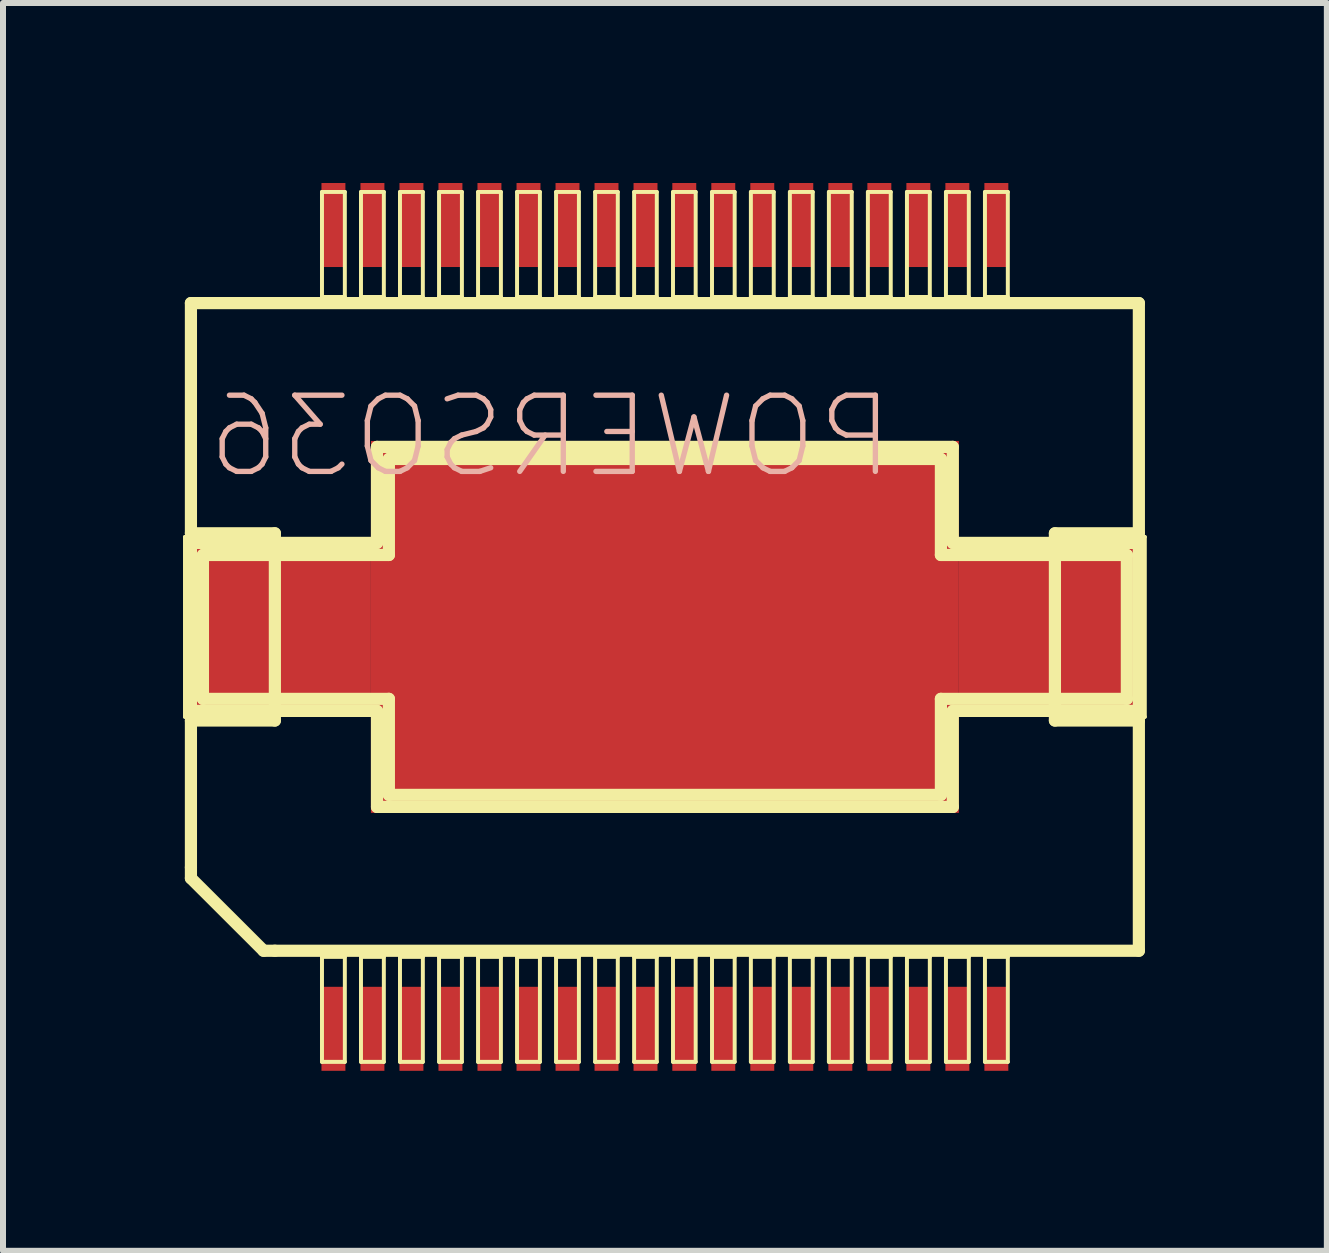
<source format=kicad_pcb>
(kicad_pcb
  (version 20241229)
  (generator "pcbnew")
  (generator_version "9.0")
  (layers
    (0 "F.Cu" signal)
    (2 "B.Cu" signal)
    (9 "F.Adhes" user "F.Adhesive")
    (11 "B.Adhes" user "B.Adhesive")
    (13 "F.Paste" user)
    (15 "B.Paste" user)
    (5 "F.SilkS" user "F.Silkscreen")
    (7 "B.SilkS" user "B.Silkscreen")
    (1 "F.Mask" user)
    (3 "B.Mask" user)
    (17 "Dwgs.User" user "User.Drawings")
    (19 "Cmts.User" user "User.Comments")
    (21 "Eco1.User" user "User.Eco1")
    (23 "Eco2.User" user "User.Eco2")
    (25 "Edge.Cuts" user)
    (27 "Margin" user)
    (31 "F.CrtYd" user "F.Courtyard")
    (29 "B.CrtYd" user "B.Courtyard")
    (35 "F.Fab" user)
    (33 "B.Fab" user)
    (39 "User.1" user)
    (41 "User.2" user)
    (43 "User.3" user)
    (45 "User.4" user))
  (footprint "POWERSO36"
    (layer "F.Cu")
    (at 8.031 7.398)
    (property "Reference" "POWERSO36" (at -1.905 -3.175 0) (layer "B.SilkS") (effects (font (size 1.27 1.27) (thickness 0.089)) (justify mirror)))
    (attr smd)
    (fp_line (start -7.998 -1.499) (end -6.5 -1.499) (stroke (width 0.066) (type solid)) (layer "F.SilkS"))
    (fp_line (start -7.998 1.499) (end -7.998 -1.499) (stroke (width 0.066) (type solid)) (layer "F.SilkS"))
    (fp_line (start -7.998 1.499) (end -6.5 1.499) (stroke (width 0.066) (type solid)) (layer "F.SilkS"))
    (fp_line (start -7.899 -5.397) (end 7.899 -5.397) (stroke (width 0.203) (type solid)) (layer "F.SilkS"))
    (fp_line (start -7.899 -1.56) (end -7.899 -5.397) (stroke (width 0.203) (type solid)) (layer "F.SilkS"))
    (fp_line (start -7.899 -1.4) (end -4.798 -1.4) (stroke (width 0.203) (type solid)) (layer "F.SilkS"))
    (fp_line (start -7.899 1.4) (end -7.899 -1.4) (stroke (width 0.203) (type solid)) (layer "F.SilkS"))
    (fp_line (start -7.899 1.56) (end -6.5 1.56) (stroke (width 0.203) (type solid)) (layer "F.SilkS"))
    (fp_line (start -7.899 4.008) (end -7.899 1.56) (stroke (width 0.203) (type solid)) (layer "F.SilkS"))
    (fp_line (start -7.899 4.188) (end -7.899 4.008) (stroke (width 0.203) (type solid)) (layer "F.SilkS"))
    (fp_line (start -7.699 -1.199) (end -4.6 -1.199) (stroke (width 0.203) (type solid)) (layer "F.SilkS"))
    (fp_line (start -7.699 1.199) (end -7.699 -1.199) (stroke (width 0.203) (type solid)) (layer "F.SilkS"))
    (fp_line (start -6.688 5.397) (end -7.899 4.188) (stroke (width 0.203) (type solid)) (layer "F.SilkS"))
    (fp_line (start -6.5 -1.56) (end -7.899 -1.56) (stroke (width 0.203) (type solid)) (layer "F.SilkS"))
    (fp_line (start -6.5 1.499) (end -6.5 -1.499) (stroke (width 0.066) (type solid)) (layer "F.SilkS"))
    (fp_line (start -6.5 1.56) (end -6.5 -1.56) (stroke (width 0.203) (type solid)) (layer "F.SilkS"))
    (fp_line (start -6.5 5.397) (end -6.688 5.397) (stroke (width 0.203) (type solid)) (layer "F.SilkS"))
    (fp_line (start -5.715 -7.249) (end -5.334 -7.249) (stroke (width 0.066) (type solid)) (layer "F.SilkS"))
    (fp_line (start -5.715 -5.499) (end -5.715 -7.249) (stroke (width 0.066) (type solid)) (layer "F.SilkS"))
    (fp_line (start -5.715 -5.499) (end -5.334 -5.499) (stroke (width 0.066) (type solid)) (layer "F.SilkS"))
    (fp_line (start -5.715 5.499) (end -5.334 5.499) (stroke (width 0.066) (type solid)) (layer "F.SilkS"))
    (fp_line (start -5.715 7.249) (end -5.715 5.499) (stroke (width 0.066) (type solid)) (layer "F.SilkS"))
    (fp_line (start -5.715 7.249) (end -5.334 7.249) (stroke (width 0.066) (type solid)) (layer "F.SilkS"))
    (fp_line (start -5.334 -5.499) (end -5.334 -7.249) (stroke (width 0.066) (type solid)) (layer "F.SilkS"))
    (fp_line (start -5.334 7.249) (end -5.334 5.499) (stroke (width 0.066) (type solid)) (layer "F.SilkS"))
    (fp_line (start -5.065 -7.249) (end -4.684 -7.249) (stroke (width 0.066) (type solid)) (layer "F.SilkS"))
    (fp_line (start -5.065 -5.499) (end -5.065 -7.249) (stroke (width 0.066) (type solid)) (layer "F.SilkS"))
    (fp_line (start -5.065 -5.499) (end -4.684 -5.499) (stroke (width 0.066) (type solid)) (layer "F.SilkS"))
    (fp_line (start -5.065 5.499) (end -4.684 5.499) (stroke (width 0.066) (type solid)) (layer "F.SilkS"))
    (fp_line (start -5.065 7.249) (end -5.065 5.499) (stroke (width 0.066) (type solid)) (layer "F.SilkS"))
    (fp_line (start -5.065 7.249) (end -4.684 7.249) (stroke (width 0.066) (type solid)) (layer "F.SilkS"))
    (fp_line (start -4.9 1.4) (end -7.899 1.4) (stroke (width 0.203) (type solid)) (layer "F.SilkS"))
    (fp_line (start -4.798 -3) (end 4.798 -3) (stroke (width 0.203) (type solid)) (layer "F.SilkS"))
    (fp_line (start -4.798 -1.4) (end -4.798 -3) (stroke (width 0.203) (type solid)) (layer "F.SilkS"))
    (fp_line (start -4.798 1.4) (end -4.9 1.4) (stroke (width 0.203) (type solid)) (layer "F.SilkS"))
    (fp_line (start -4.798 3) (end -4.798 1.4) (stroke (width 0.203) (type solid)) (layer "F.SilkS"))
    (fp_line (start -4.684 -5.499) (end -4.684 -7.249) (stroke (width 0.066) (type solid)) (layer "F.SilkS"))
    (fp_line (start -4.684 7.249) (end -4.684 5.499) (stroke (width 0.066) (type solid)) (layer "F.SilkS"))
    (fp_line (start -4.6 -2.799) (end 4.6 -2.799) (stroke (width 0.203) (type solid)) (layer "F.SilkS"))
    (fp_line (start -4.6 -1.199) (end -4.6 -2.799) (stroke (width 0.203) (type solid)) (layer "F.SilkS"))
    (fp_line (start -4.6 1.199) (end -7.699 1.199) (stroke (width 0.203) (type solid)) (layer "F.SilkS"))
    (fp_line (start -4.6 2.799) (end -4.6 1.199) (stroke (width 0.203) (type solid)) (layer "F.SilkS"))
    (fp_line (start -4.415 -7.249) (end -4.034 -7.249) (stroke (width 0.066) (type solid)) (layer "F.SilkS"))
    (fp_line (start -4.415 -5.499) (end -4.415 -7.249) (stroke (width 0.066) (type solid)) (layer "F.SilkS"))
    (fp_line (start -4.415 -5.499) (end -4.034 -5.499) (stroke (width 0.066) (type solid)) (layer "F.SilkS"))
    (fp_line (start -4.415 5.499) (end -4.034 5.499) (stroke (width 0.066) (type solid)) (layer "F.SilkS"))
    (fp_line (start -4.415 7.249) (end -4.415 5.499) (stroke (width 0.066) (type solid)) (layer "F.SilkS"))
    (fp_line (start -4.415 7.249) (end -4.034 7.249) (stroke (width 0.066) (type solid)) (layer "F.SilkS"))
    (fp_line (start -4.034 -5.499) (end -4.034 -7.249) (stroke (width 0.066) (type solid)) (layer "F.SilkS"))
    (fp_line (start -4.034 7.249) (end -4.034 5.499) (stroke (width 0.066) (type solid)) (layer "F.SilkS"))
    (fp_line (start -3.764 -7.249) (end -3.383 -7.249) (stroke (width 0.066) (type solid)) (layer "F.SilkS"))
    (fp_line (start -3.764 -5.499) (end -3.764 -7.249) (stroke (width 0.066) (type solid)) (layer "F.SilkS"))
    (fp_line (start -3.764 -5.499) (end -3.383 -5.499) (stroke (width 0.066) (type solid)) (layer "F.SilkS"))
    (fp_line (start -3.764 5.499) (end -3.383 5.499) (stroke (width 0.066) (type solid)) (layer "F.SilkS"))
    (fp_line (start -3.764 7.249) (end -3.764 5.499) (stroke (width 0.066) (type solid)) (layer "F.SilkS"))
    (fp_line (start -3.764 7.249) (end -3.383 7.249) (stroke (width 0.066) (type solid)) (layer "F.SilkS"))
    (fp_line (start -3.383 -5.499) (end -3.383 -7.249) (stroke (width 0.066) (type solid)) (layer "F.SilkS"))
    (fp_line (start -3.383 7.249) (end -3.383 5.499) (stroke (width 0.066) (type solid)) (layer "F.SilkS"))
    (fp_line (start -3.114 -7.249) (end -2.733 -7.249) (stroke (width 0.066) (type solid)) (layer "F.SilkS"))
    (fp_line (start -3.114 -5.499) (end -3.114 -7.249) (stroke (width 0.066) (type solid)) (layer "F.SilkS"))
    (fp_line (start -3.114 -5.499) (end -2.733 -5.499) (stroke (width 0.066) (type solid)) (layer "F.SilkS"))
    (fp_line (start -3.114 5.499) (end -2.733 5.499) (stroke (width 0.066) (type solid)) (layer "F.SilkS"))
    (fp_line (start -3.114 7.249) (end -3.114 5.499) (stroke (width 0.066) (type solid)) (layer "F.SilkS"))
    (fp_line (start -3.114 7.249) (end -2.733 7.249) (stroke (width 0.066) (type solid)) (layer "F.SilkS"))
    (fp_line (start -2.733 -5.499) (end -2.733 -7.249) (stroke (width 0.066) (type solid)) (layer "F.SilkS"))
    (fp_line (start -2.733 7.249) (end -2.733 5.499) (stroke (width 0.066) (type solid)) (layer "F.SilkS"))
    (fp_line (start -2.464 -7.249) (end -2.083 -7.249) (stroke (width 0.066) (type solid)) (layer "F.SilkS"))
    (fp_line (start -2.464 -5.499) (end -2.464 -7.249) (stroke (width 0.066) (type solid)) (layer "F.SilkS"))
    (fp_line (start -2.464 -5.499) (end -2.083 -5.499) (stroke (width 0.066) (type solid)) (layer "F.SilkS"))
    (fp_line (start -2.464 5.499) (end -2.083 5.499) (stroke (width 0.066) (type solid)) (layer "F.SilkS"))
    (fp_line (start -2.464 7.249) (end -2.464 5.499) (stroke (width 0.066) (type solid)) (layer "F.SilkS"))
    (fp_line (start -2.464 7.249) (end -2.083 7.249) (stroke (width 0.066) (type solid)) (layer "F.SilkS"))
    (fp_line (start -2.083 -5.499) (end -2.083 -7.249) (stroke (width 0.066) (type solid)) (layer "F.SilkS"))
    (fp_line (start -2.083 7.249) (end -2.083 5.499) (stroke (width 0.066) (type solid)) (layer "F.SilkS"))
    (fp_line (start -1.814 -7.249) (end -1.433 -7.249) (stroke (width 0.066) (type solid)) (layer "F.SilkS"))
    (fp_line (start -1.814 -5.499) (end -1.814 -7.249) (stroke (width 0.066) (type solid)) (layer "F.SilkS"))
    (fp_line (start -1.814 -5.499) (end -1.433 -5.499) (stroke (width 0.066) (type solid)) (layer "F.SilkS"))
    (fp_line (start -1.814 5.499) (end -1.433 5.499) (stroke (width 0.066) (type solid)) (layer "F.SilkS"))
    (fp_line (start -1.814 7.249) (end -1.814 5.499) (stroke (width 0.066) (type solid)) (layer "F.SilkS"))
    (fp_line (start -1.814 7.249) (end -1.433 7.249) (stroke (width 0.066) (type solid)) (layer "F.SilkS"))
    (fp_line (start -1.433 -5.499) (end -1.433 -7.249) (stroke (width 0.066) (type solid)) (layer "F.SilkS"))
    (fp_line (start -1.433 7.249) (end -1.433 5.499) (stroke (width 0.066) (type solid)) (layer "F.SilkS"))
    (fp_line (start -1.163 -7.249) (end -0.785 -7.249) (stroke (width 0.066) (type solid)) (layer "F.SilkS"))
    (fp_line (start -1.163 -5.499) (end -1.163 -7.249) (stroke (width 0.066) (type solid)) (layer "F.SilkS"))
    (fp_line (start -1.163 -5.499) (end -0.785 -5.499) (stroke (width 0.066) (type solid)) (layer "F.SilkS"))
    (fp_line (start -1.163 5.499) (end -0.785 5.499) (stroke (width 0.066) (type solid)) (layer "F.SilkS"))
    (fp_line (start -1.163 7.249) (end -1.163 5.499) (stroke (width 0.066) (type solid)) (layer "F.SilkS"))
    (fp_line (start -1.163 7.249) (end -0.785 7.249) (stroke (width 0.066) (type solid)) (layer "F.SilkS"))
    (fp_line (start -0.785 -5.499) (end -0.785 -7.249) (stroke (width 0.066) (type solid)) (layer "F.SilkS"))
    (fp_line (start -0.785 7.249) (end -0.785 5.499) (stroke (width 0.066) (type solid)) (layer "F.SilkS"))
    (fp_line (start -0.513 -7.249) (end -0.135 -7.249) (stroke (width 0.066) (type solid)) (layer "F.SilkS"))
    (fp_line (start -0.513 -5.499) (end -0.513 -7.249) (stroke (width 0.066) (type solid)) (layer "F.SilkS"))
    (fp_line (start -0.513 -5.499) (end -0.135 -5.499) (stroke (width 0.066) (type solid)) (layer "F.SilkS"))
    (fp_line (start -0.513 5.499) (end -0.135 5.499) (stroke (width 0.066) (type solid)) (layer "F.SilkS"))
    (fp_line (start -0.513 7.249) (end -0.513 5.499) (stroke (width 0.066) (type solid)) (layer "F.SilkS"))
    (fp_line (start -0.513 7.249) (end -0.135 7.249) (stroke (width 0.066) (type solid)) (layer "F.SilkS"))
    (fp_line (start -0.135 -5.499) (end -0.135 -7.249) (stroke (width 0.066) (type solid)) (layer "F.SilkS"))
    (fp_line (start -0.135 7.249) (end -0.135 5.499) (stroke (width 0.066) (type solid)) (layer "F.SilkS"))
    (fp_line (start 0.135 -7.249) (end 0.513 -7.249) (stroke (width 0.066) (type solid)) (layer "F.SilkS"))
    (fp_line (start 0.135 -5.499) (end 0.135 -7.249) (stroke (width 0.066) (type solid)) (layer "F.SilkS"))
    (fp_line (start 0.135 -5.499) (end 0.513 -5.499) (stroke (width 0.066) (type solid)) (layer "F.SilkS"))
    (fp_line (start 0.135 5.499) (end 0.513 5.499) (stroke (width 0.066) (type solid)) (layer "F.SilkS"))
    (fp_line (start 0.135 7.249) (end 0.135 5.499) (stroke (width 0.066) (type solid)) (layer "F.SilkS"))
    (fp_line (start 0.135 7.249) (end 0.513 7.249) (stroke (width 0.066) (type solid)) (layer "F.SilkS"))
    (fp_line (start 0.513 -5.499) (end 0.513 -7.249) (stroke (width 0.066) (type solid)) (layer "F.SilkS"))
    (fp_line (start 0.513 7.249) (end 0.513 5.499) (stroke (width 0.066) (type solid)) (layer "F.SilkS"))
    (fp_line (start 0.785 -7.249) (end 1.163 -7.249) (stroke (width 0.066) (type solid)) (layer "F.SilkS"))
    (fp_line (start 0.785 -5.499) (end 0.785 -7.249) (stroke (width 0.066) (type solid)) (layer "F.SilkS"))
    (fp_line (start 0.785 -5.499) (end 1.163 -5.499) (stroke (width 0.066) (type solid)) (layer "F.SilkS"))
    (fp_line (start 0.785 5.499) (end 1.163 5.499) (stroke (width 0.066) (type solid)) (layer "F.SilkS"))
    (fp_line (start 0.785 7.249) (end 0.785 5.499) (stroke (width 0.066) (type solid)) (layer "F.SilkS"))
    (fp_line (start 0.785 7.249) (end 1.163 7.249) (stroke (width 0.066) (type solid)) (layer "F.SilkS"))
    (fp_line (start 1.163 -5.499) (end 1.163 -7.249) (stroke (width 0.066) (type solid)) (layer "F.SilkS"))
    (fp_line (start 1.163 7.249) (end 1.163 5.499) (stroke (width 0.066) (type solid)) (layer "F.SilkS"))
    (fp_line (start 1.433 -7.249) (end 1.814 -7.249) (stroke (width 0.066) (type solid)) (layer "F.SilkS"))
    (fp_line (start 1.433 -5.499) (end 1.433 -7.249) (stroke (width 0.066) (type solid)) (layer "F.SilkS"))
    (fp_line (start 1.433 -5.499) (end 1.814 -5.499) (stroke (width 0.066) (type solid)) (layer "F.SilkS"))
    (fp_line (start 1.433 5.499) (end 1.814 5.499) (stroke (width 0.066) (type solid)) (layer "F.SilkS"))
    (fp_line (start 1.433 7.249) (end 1.433 5.499) (stroke (width 0.066) (type solid)) (layer "F.SilkS"))
    (fp_line (start 1.433 7.249) (end 1.814 7.249) (stroke (width 0.066) (type solid)) (layer "F.SilkS"))
    (fp_line (start 1.814 -5.499) (end 1.814 -7.249) (stroke (width 0.066) (type solid)) (layer "F.SilkS"))
    (fp_line (start 1.814 7.249) (end 1.814 5.499) (stroke (width 0.066) (type solid)) (layer "F.SilkS"))
    (fp_line (start 2.083 -7.249) (end 2.464 -7.249) (stroke (width 0.066) (type solid)) (layer "F.SilkS"))
    (fp_line (start 2.083 -5.499) (end 2.083 -7.249) (stroke (width 0.066) (type solid)) (layer "F.SilkS"))
    (fp_line (start 2.083 -5.499) (end 2.464 -5.499) (stroke (width 0.066) (type solid)) (layer "F.SilkS"))
    (fp_line (start 2.083 5.499) (end 2.464 5.499) (stroke (width 0.066) (type solid)) (layer "F.SilkS"))
    (fp_line (start 2.083 7.249) (end 2.083 5.499) (stroke (width 0.066) (type solid)) (layer "F.SilkS"))
    (fp_line (start 2.083 7.249) (end 2.464 7.249) (stroke (width 0.066) (type solid)) (layer "F.SilkS"))
    (fp_line (start 2.464 -5.499) (end 2.464 -7.249) (stroke (width 0.066) (type solid)) (layer "F.SilkS"))
    (fp_line (start 2.464 7.249) (end 2.464 5.499) (stroke (width 0.066) (type solid)) (layer "F.SilkS"))
    (fp_line (start 2.733 -7.249) (end 3.114 -7.249) (stroke (width 0.066) (type solid)) (layer "F.SilkS"))
    (fp_line (start 2.733 -5.499) (end 2.733 -7.249) (stroke (width 0.066) (type solid)) (layer "F.SilkS"))
    (fp_line (start 2.733 -5.499) (end 3.114 -5.499) (stroke (width 0.066) (type solid)) (layer "F.SilkS"))
    (fp_line (start 2.733 5.499) (end 3.114 5.499) (stroke (width 0.066) (type solid)) (layer "F.SilkS"))
    (fp_line (start 2.733 7.249) (end 2.733 5.499) (stroke (width 0.066) (type solid)) (layer "F.SilkS"))
    (fp_line (start 2.733 7.249) (end 3.114 7.249) (stroke (width 0.066) (type solid)) (layer "F.SilkS"))
    (fp_line (start 3.114 -5.499) (end 3.114 -7.249) (stroke (width 0.066) (type solid)) (layer "F.SilkS"))
    (fp_line (start 3.114 7.249) (end 3.114 5.499) (stroke (width 0.066) (type solid)) (layer "F.SilkS"))
    (fp_line (start 3.383 -7.249) (end 3.764 -7.249) (stroke (width 0.066) (type solid)) (layer "F.SilkS"))
    (fp_line (start 3.383 -5.499) (end 3.383 -7.249) (stroke (width 0.066) (type solid)) (layer "F.SilkS"))
    (fp_line (start 3.383 -5.499) (end 3.764 -5.499) (stroke (width 0.066) (type solid)) (layer "F.SilkS"))
    (fp_line (start 3.383 5.499) (end 3.764 5.499) (stroke (width 0.066) (type solid)) (layer "F.SilkS"))
    (fp_line (start 3.383 7.249) (end 3.383 5.499) (stroke (width 0.066) (type solid)) (layer "F.SilkS"))
    (fp_line (start 3.383 7.249) (end 3.764 7.249) (stroke (width 0.066) (type solid)) (layer "F.SilkS"))
    (fp_line (start 3.764 -5.499) (end 3.764 -7.249) (stroke (width 0.066) (type solid)) (layer "F.SilkS"))
    (fp_line (start 3.764 7.249) (end 3.764 5.499) (stroke (width 0.066) (type solid)) (layer "F.SilkS"))
    (fp_line (start 4.034 -7.249) (end 4.415 -7.249) (stroke (width 0.066) (type solid)) (layer "F.SilkS"))
    (fp_line (start 4.034 -5.499) (end 4.034 -7.249) (stroke (width 0.066) (type solid)) (layer "F.SilkS"))
    (fp_line (start 4.034 -5.499) (end 4.415 -5.499) (stroke (width 0.066) (type solid)) (layer "F.SilkS"))
    (fp_line (start 4.034 5.499) (end 4.415 5.499) (stroke (width 0.066) (type solid)) (layer "F.SilkS"))
    (fp_line (start 4.034 7.249) (end 4.034 5.499) (stroke (width 0.066) (type solid)) (layer "F.SilkS"))
    (fp_line (start 4.034 7.249) (end 4.415 7.249) (stroke (width 0.066) (type solid)) (layer "F.SilkS"))
    (fp_line (start 4.415 -5.499) (end 4.415 -7.249) (stroke (width 0.066) (type solid)) (layer "F.SilkS"))
    (fp_line (start 4.415 7.249) (end 4.415 5.499) (stroke (width 0.066) (type solid)) (layer "F.SilkS"))
    (fp_line (start 4.6 -2.799) (end 4.6 -1.199) (stroke (width 0.203) (type solid)) (layer "F.SilkS"))
    (fp_line (start 4.6 -1.199) (end 7.699 -1.199) (stroke (width 0.203) (type solid)) (layer "F.SilkS"))
    (fp_line (start 4.6 1.199) (end 4.6 2.799) (stroke (width 0.203) (type solid)) (layer "F.SilkS"))
    (fp_line (start 4.6 2.799) (end -4.6 2.799) (stroke (width 0.203) (type solid)) (layer "F.SilkS"))
    (fp_line (start 4.684 -7.249) (end 5.065 -7.249) (stroke (width 0.066) (type solid)) (layer "F.SilkS"))
    (fp_line (start 4.684 -5.499) (end 4.684 -7.249) (stroke (width 0.066) (type solid)) (layer "F.SilkS"))
    (fp_line (start 4.684 -5.499) (end 5.065 -5.499) (stroke (width 0.066) (type solid)) (layer "F.SilkS"))
    (fp_line (start 4.684 5.499) (end 5.065 5.499) (stroke (width 0.066) (type solid)) (layer "F.SilkS"))
    (fp_line (start 4.684 7.249) (end 4.684 5.499) (stroke (width 0.066) (type solid)) (layer "F.SilkS"))
    (fp_line (start 4.684 7.249) (end 5.065 7.249) (stroke (width 0.066) (type solid)) (layer "F.SilkS"))
    (fp_line (start 4.798 -3) (end 4.798 -1.4) (stroke (width 0.203) (type solid)) (layer "F.SilkS"))
    (fp_line (start 4.798 -1.4) (end 7.899 -1.4) (stroke (width 0.203) (type solid)) (layer "F.SilkS"))
    (fp_line (start 4.798 1.4) (end 4.798 3) (stroke (width 0.203) (type solid)) (layer "F.SilkS"))
    (fp_line (start 4.798 3) (end -4.798 3) (stroke (width 0.203) (type solid)) (layer "F.SilkS"))
    (fp_line (start 5.065 -5.499) (end 5.065 -7.249) (stroke (width 0.066) (type solid)) (layer "F.SilkS"))
    (fp_line (start 5.065 7.249) (end 5.065 5.499) (stroke (width 0.066) (type solid)) (layer "F.SilkS"))
    (fp_line (start 5.334 -7.249) (end 5.715 -7.249) (stroke (width 0.066) (type solid)) (layer "F.SilkS"))
    (fp_line (start 5.334 -5.499) (end 5.334 -7.249) (stroke (width 0.066) (type solid)) (layer "F.SilkS"))
    (fp_line (start 5.334 -5.499) (end 5.715 -5.499) (stroke (width 0.066) (type solid)) (layer "F.SilkS"))
    (fp_line (start 5.334 5.499) (end 5.715 5.499) (stroke (width 0.066) (type solid)) (layer "F.SilkS"))
    (fp_line (start 5.334 7.249) (end 5.334 5.499) (stroke (width 0.066) (type solid)) (layer "F.SilkS"))
    (fp_line (start 5.334 7.249) (end 5.715 7.249) (stroke (width 0.066) (type solid)) (layer "F.SilkS"))
    (fp_line (start 5.715 -5.499) (end 5.715 -7.249) (stroke (width 0.066) (type solid)) (layer "F.SilkS"))
    (fp_line (start 5.715 7.249) (end 5.715 5.499) (stroke (width 0.066) (type solid)) (layer "F.SilkS"))
    (fp_line (start 6.5 -1.56) (end 6.5 1.56) (stroke (width 0.203) (type solid)) (layer "F.SilkS"))
    (fp_line (start 6.5 -1.499) (end 7.998 -1.499) (stroke (width 0.066) (type solid)) (layer "F.SilkS"))
    (fp_line (start 6.5 1.499) (end 6.5 -1.499) (stroke (width 0.066) (type solid)) (layer "F.SilkS"))
    (fp_line (start 6.5 1.499) (end 7.998 1.499) (stroke (width 0.066) (type solid)) (layer "F.SilkS"))
    (fp_line (start 6.5 1.56) (end 7.899 1.56) (stroke (width 0.203) (type solid)) (layer "F.SilkS"))
    (fp_line (start 7.699 -1.199) (end 7.699 1.199) (stroke (width 0.203) (type solid)) (layer "F.SilkS"))
    (fp_line (start 7.699 1.199) (end 4.6 1.199) (stroke (width 0.203) (type solid)) (layer "F.SilkS"))
    (fp_line (start 7.899 -5.397) (end 7.899 -1.56) (stroke (width 0.203) (type solid)) (layer "F.SilkS"))
    (fp_line (start 7.899 -1.56) (end 6.5 -1.56) (stroke (width 0.203) (type solid)) (layer "F.SilkS"))
    (fp_line (start 7.899 -1.4) (end 7.899 1.4) (stroke (width 0.203) (type solid)) (layer "F.SilkS"))
    (fp_line (start 7.899 1.4) (end 4.798 1.4) (stroke (width 0.203) (type solid)) (layer "F.SilkS"))
    (fp_line (start 7.899 1.56) (end 7.899 5.397) (stroke (width 0.203) (type solid)) (layer "F.SilkS"))
    (fp_line (start 7.899 5.397) (end -6.5 5.397) (stroke (width 0.203) (type solid)) (layer "F.SilkS"))
    (fp_line (start 7.998 1.499) (end 7.998 -1.499) (stroke (width 0.066) (type solid)) (layer "F.SilkS"))
    (pad "1" smd rect (at -5.524 6.698) (size 0.399 1.4) (layers "F.Cu" "F.Mask" "F.Paste"))
    (pad "2" smd rect (at -4.874 6.698) (size 0.399 1.4) (layers "F.Cu" "F.Mask" "F.Paste"))
    (pad "3" smd rect (at -4.224 6.698) (size 0.399 1.4) (layers "F.Cu" "F.Mask" "F.Paste"))
    (pad "4" smd rect (at -3.574 6.698) (size 0.399 1.4) (layers "F.Cu" "F.Mask" "F.Paste"))
    (pad "5" smd rect (at -2.924 6.698) (size 0.399 1.4) (layers "F.Cu" "F.Mask" "F.Paste"))
    (pad "6" smd rect (at -2.273 6.698) (size 0.399 1.4) (layers "F.Cu" "F.Mask" "F.Paste"))
    (pad "7" smd rect (at -1.623 6.698) (size 0.399 1.4) (layers "F.Cu" "F.Mask" "F.Paste"))
    (pad "8" smd rect (at -0.973 6.698) (size 0.399 1.4) (layers "F.Cu" "F.Mask" "F.Paste"))
    (pad "9" smd rect (at -0.323 6.698) (size 0.399 1.4) (layers "F.Cu" "F.Mask" "F.Paste"))
    (pad "10" smd rect (at 0.323 6.698) (size 0.399 1.4) (layers "F.Cu" "F.Mask" "F.Paste"))
    (pad "11" smd rect (at 0.973 6.698) (size 0.399 1.4) (layers "F.Cu" "F.Mask" "F.Paste"))
    (pad "12" smd rect (at 1.623 6.698) (size 0.399 1.4) (layers "F.Cu" "F.Mask" "F.Paste"))
    (pad "13" smd rect (at 2.273 6.698) (size 0.399 1.4) (layers "F.Cu" "F.Mask" "F.Paste"))
    (pad "14" smd rect (at 2.924 6.698) (size 0.399 1.4) (layers "F.Cu" "F.Mask" "F.Paste"))
    (pad "15" smd rect (at 3.574 6.698) (size 0.399 1.4) (layers "F.Cu" "F.Mask" "F.Paste"))
    (pad "16" smd rect (at 4.224 6.698) (size 0.399 1.4) (layers "F.Cu" "F.Mask" "F.Paste"))
    (pad "17" smd rect (at 4.874 6.698) (size 0.399 1.4) (layers "F.Cu" "F.Mask" "F.Paste"))
    (pad "18" smd rect (at 5.524 6.698) (size 0.399 1.4) (layers "F.Cu" "F.Mask" "F.Paste"))
    (pad "19" smd rect (at 5.524 -6.698) (size 0.399 1.4) (layers "F.Cu" "F.Mask" "F.Paste"))
    (pad "20" smd rect (at 4.874 -6.698) (size 0.399 1.4) (layers "F.Cu" "F.Mask" "F.Paste"))
    (pad "21" smd rect (at 3.574 -6.698) (size 0.399 1.4) (layers "F.Cu" "F.Mask" "F.Paste"))
    (pad "21" smd rect (at 4.224 -6.698) (size 0.399 1.4) (layers "F.Cu" "F.Mask" "F.Paste"))
    (pad "23" smd rect (at 2.273 -6.698) (size 0.399 1.4) (layers "F.Cu" "F.Mask" "F.Paste"))
    (pad "23" smd rect (at 2.924 -6.698) (size 0.399 1.4) (layers "F.Cu" "F.Mask" "F.Paste"))
    (pad "25" smd rect (at 0.973 -6.698) (size 0.399 1.4) (layers "F.Cu" "F.Mask" "F.Paste"))
    (pad "25" smd rect (at 1.623 -6.698) (size 0.399 1.4) (layers "F.Cu" "F.Mask" "F.Paste"))
    (pad "27" smd rect (at -0.323 -6.698) (size 0.399 1.4) (layers "F.Cu" "F.Mask" "F.Paste"))
    (pad "27" smd rect (at 0.323 -6.698) (size 0.399 1.4) (layers "F.Cu" "F.Mask" "F.Paste"))
    (pad "29" smd rect (at -1.623 -6.698) (size 0.399 1.4) (layers "F.Cu" "F.Mask" "F.Paste"))
    (pad "29" smd rect (at -0.973 -6.698) (size 0.399 1.4) (layers "F.Cu" "F.Mask" "F.Paste"))
    (pad "31" smd rect (at -2.924 -6.698) (size 0.399 1.4) (layers "F.Cu" "F.Mask" "F.Paste"))
    (pad "31" smd rect (at -2.273 -6.698) (size 0.399 1.4) (layers "F.Cu" "F.Mask" "F.Paste"))
    (pad "33" smd rect (at -4.224 -6.698) (size 0.399 1.4) (layers "F.Cu" "F.Mask" "F.Paste"))
    (pad "33" smd rect (at -3.574 -6.698) (size 0.399 1.4) (layers "F.Cu" "F.Mask" "F.Paste"))
    (pad "35" smd rect (at -5.524 -6.698) (size 0.399 1.4) (layers "F.Cu" "F.Mask" "F.Paste"))
    (pad "35" smd rect (at -4.874 -6.698) (size 0.399 1.4) (layers "F.Cu" "F.Mask" "F.Paste"))
    (pad "50" smd rect (at -6.449 0) (size 3.099 2.898) (layers "F.Cu" "F.Mask" "F.Paste"))
    (pad "51" smd rect (at 0 0) (size 9.799 6.198) (layers "F.Cu" "F.Mask" "F.Paste"))
    (pad "52" smd rect (at 6.449 0) (size 3.099 2.898) (layers "F.Cu" "F.Mask" "F.Paste")))
  (gr_rect
    (start -3 -3)
    (end 19.063 17.796)
    (stroke (width 0.1) (type default))
    (fill no)
    (layer "Edge.Cuts")))
</source>
